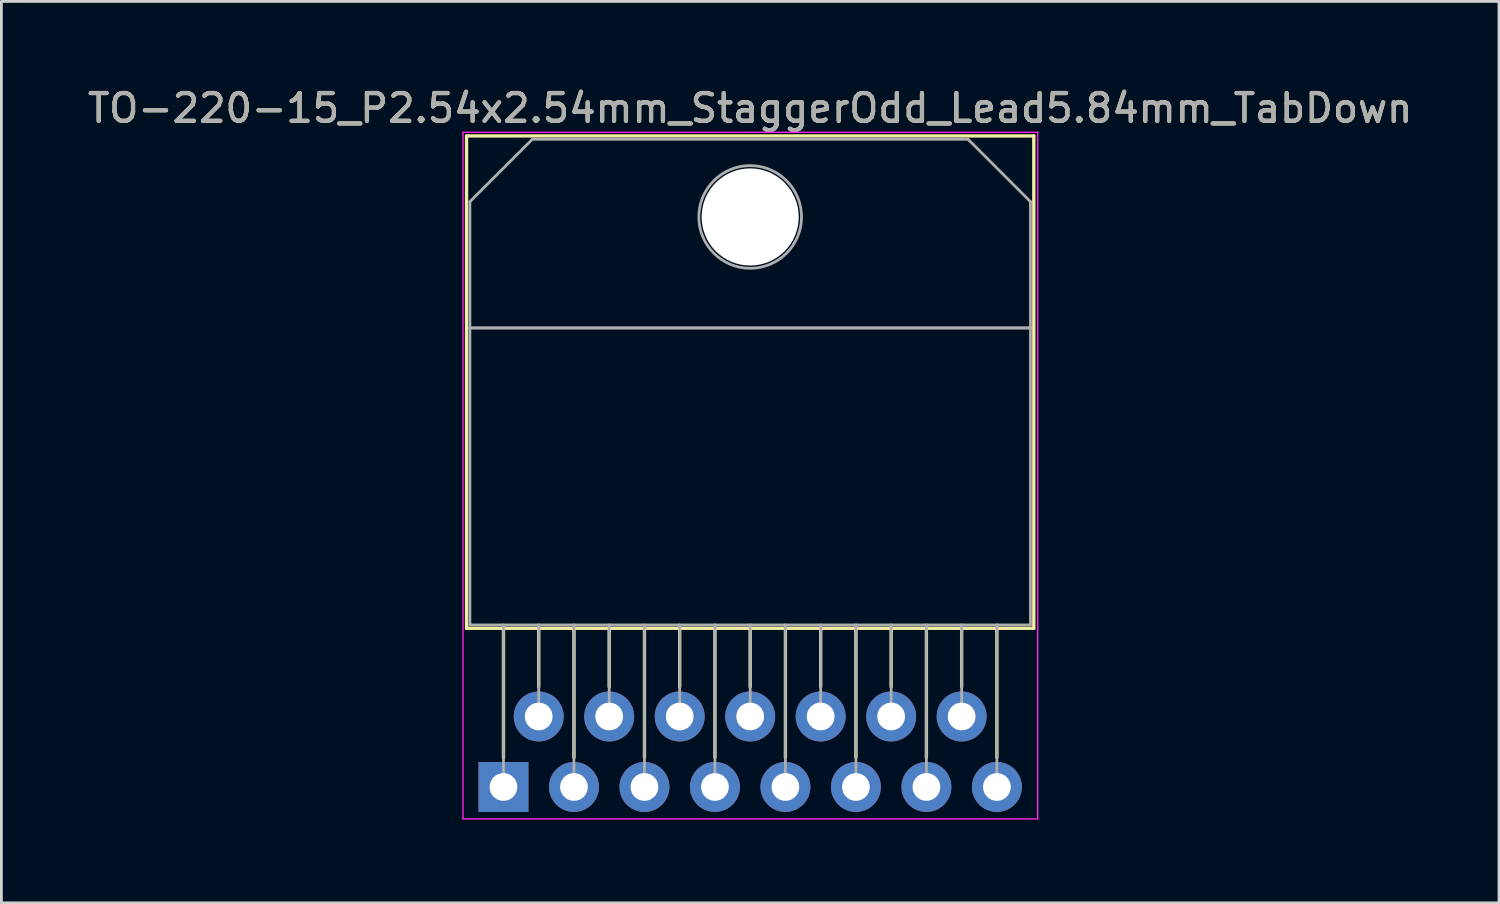
<source format=kicad_pcb>
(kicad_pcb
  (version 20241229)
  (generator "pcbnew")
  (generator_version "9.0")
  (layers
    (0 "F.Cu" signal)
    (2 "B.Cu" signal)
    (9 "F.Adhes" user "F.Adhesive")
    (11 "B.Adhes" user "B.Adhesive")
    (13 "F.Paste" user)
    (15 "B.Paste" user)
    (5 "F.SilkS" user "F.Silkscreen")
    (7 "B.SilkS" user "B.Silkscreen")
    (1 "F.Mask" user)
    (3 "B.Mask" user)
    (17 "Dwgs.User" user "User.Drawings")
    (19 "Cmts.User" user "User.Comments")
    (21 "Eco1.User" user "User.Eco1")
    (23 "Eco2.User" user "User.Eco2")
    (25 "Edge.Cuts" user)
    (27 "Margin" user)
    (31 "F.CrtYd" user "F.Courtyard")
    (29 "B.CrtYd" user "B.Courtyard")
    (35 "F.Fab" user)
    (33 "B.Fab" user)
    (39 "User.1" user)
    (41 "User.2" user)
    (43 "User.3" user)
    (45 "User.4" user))
  (footprint "TO-220-15_P2.54x2.54mm_StaggerOdd_Lead5.84mm_TabDown"
    (layer "F.Cu")
    (at 15.092 25.308)
    (property "Reference" "TO-220-15_P2.54x2.54mm_StaggerOdd_Lead5.84mm_TabDown" (at 8.89 -24.46 0) (layer "F.SilkS") (effects (font (size 1 1) (thickness 0.15))))
    (attr through_hole)
    (fp_line (start -1.33 -23.46) (end -1.33 -5.72) (stroke (width 0.12) (type solid)) (layer "F.SilkS"))
    (fp_line (start -1.33 -23.46) (end 19.11 -23.46) (stroke (width 0.12) (type solid)) (layer "F.SilkS"))
    (fp_line (start -1.33 -5.72) (end 19.11 -5.72) (stroke (width 0.12) (type solid)) (layer "F.SilkS"))
    (fp_line (start 0 -5.72) (end 0 -1.05) (stroke (width 0.12) (type solid)) (layer "F.SilkS"))
    (fp_line (start 1.27 -5.72) (end 1.27 -3.606) (stroke (width 0.12) (type solid)) (layer "F.SilkS"))
    (fp_line (start 2.54 -5.72) (end 2.54 -1.065) (stroke (width 0.12) (type solid)) (layer "F.SilkS"))
    (fp_line (start 3.81 -5.72) (end 3.81 -3.606) (stroke (width 0.12) (type solid)) (layer "F.SilkS"))
    (fp_line (start 5.08 -5.72) (end 5.08 -1.065) (stroke (width 0.12) (type solid)) (layer "F.SilkS"))
    (fp_line (start 6.35 -5.72) (end 6.35 -3.606) (stroke (width 0.12) (type solid)) (layer "F.SilkS"))
    (fp_line (start 7.62 -5.72) (end 7.62 -1.065) (stroke (width 0.12) (type solid)) (layer "F.SilkS"))
    (fp_line (start 8.89 -5.72) (end 8.89 -3.606) (stroke (width 0.12) (type solid)) (layer "F.SilkS"))
    (fp_line (start 10.16 -5.72) (end 10.16 -1.065) (stroke (width 0.12) (type solid)) (layer "F.SilkS"))
    (fp_line (start 11.43 -5.72) (end 11.43 -3.606) (stroke (width 0.12) (type solid)) (layer "F.SilkS"))
    (fp_line (start 12.7 -5.72) (end 12.7 -1.065) (stroke (width 0.12) (type solid)) (layer "F.SilkS"))
    (fp_line (start 13.97 -5.72) (end 13.97 -3.606) (stroke (width 0.12) (type solid)) (layer "F.SilkS"))
    (fp_line (start 15.24 -5.72) (end 15.24 -1.065) (stroke (width 0.12) (type solid)) (layer "F.SilkS"))
    (fp_line (start 16.51 -5.72) (end 16.51 -3.606) (stroke (width 0.12) (type solid)) (layer "F.SilkS"))
    (fp_line (start 17.78 -5.72) (end 17.78 -1.065) (stroke (width 0.12) (type solid)) (layer "F.SilkS"))
    (fp_line (start 19.11 -23.46) (end 19.11 -5.72) (stroke (width 0.12) (type solid)) (layer "F.SilkS"))
    (fp_line (start -1.46 -23.59) (end -1.46 1.15) (stroke (width 0.05) (type solid)) (layer "F.CrtYd"))
    (fp_line (start -1.46 1.15) (end 19.25 1.15) (stroke (width 0.05) (type solid)) (layer "F.CrtYd"))
    (fp_line (start 19.25 -23.59) (end -1.46 -23.59) (stroke (width 0.05) (type solid)) (layer "F.CrtYd"))
    (fp_line (start 19.25 1.15) (end 19.25 -23.59) (stroke (width 0.05) (type solid)) (layer "F.CrtYd"))
    (fp_line (start -1.21 -21.09) (end 1.041 -23.34) (stroke (width 0.1) (type solid)) (layer "F.Fab"))
    (fp_line (start -1.21 -16.54) (end -1.21 -21.09) (stroke (width 0.1) (type solid)) (layer "F.Fab"))
    (fp_line (start -1.21 -16.54) (end 18.99 -16.54) (stroke (width 0.1) (type solid)) (layer "F.Fab"))
    (fp_line (start -1.21 -5.84) (end -1.21 -16.54) (stroke (width 0.1) (type solid)) (layer "F.Fab"))
    (fp_line (start 0 -5.84) (end 0 0) (stroke (width 0.1) (type solid)) (layer "F.Fab"))
    (fp_line (start 1.041 -23.34) (end 16.74 -23.34) (stroke (width 0.1) (type solid)) (layer "F.Fab"))
    (fp_line (start 1.27 -5.84) (end 1.27 -2.54) (stroke (width 0.1) (type solid)) (layer "F.Fab"))
    (fp_line (start 2.54 -5.84) (end 2.54 0) (stroke (width 0.1) (type solid)) (layer "F.Fab"))
    (fp_line (start 3.81 -5.84) (end 3.81 -2.54) (stroke (width 0.1) (type solid)) (layer "F.Fab"))
    (fp_line (start 5.08 -5.84) (end 5.08 0) (stroke (width 0.1) (type solid)) (layer "F.Fab"))
    (fp_line (start 6.35 -5.84) (end 6.35 -2.54) (stroke (width 0.1) (type solid)) (layer "F.Fab"))
    (fp_line (start 7.62 -5.84) (end 7.62 0) (stroke (width 0.1) (type solid)) (layer "F.Fab"))
    (fp_line (start 8.89 -5.84) (end 8.89 -2.54) (stroke (width 0.1) (type solid)) (layer "F.Fab"))
    (fp_line (start 10.16 -5.84) (end 10.16 0) (stroke (width 0.1) (type solid)) (layer "F.Fab"))
    (fp_line (start 11.43 -5.84) (end 11.43 -2.54) (stroke (width 0.1) (type solid)) (layer "F.Fab"))
    (fp_line (start 12.7 -5.84) (end 12.7 0) (stroke (width 0.1) (type solid)) (layer "F.Fab"))
    (fp_line (start 13.97 -5.84) (end 13.97 -2.54) (stroke (width 0.1) (type solid)) (layer "F.Fab"))
    (fp_line (start 15.24 -5.84) (end 15.24 0) (stroke (width 0.1) (type solid)) (layer "F.Fab"))
    (fp_line (start 16.51 -5.84) (end 16.51 -2.54) (stroke (width 0.1) (type solid)) (layer "F.Fab"))
    (fp_line (start 16.74 -23.34) (end 18.99 -21.09) (stroke (width 0.1) (type solid)) (layer "F.Fab"))
    (fp_line (start 17.78 -5.84) (end 17.78 0) (stroke (width 0.1) (type solid)) (layer "F.Fab"))
    (fp_line (start 18.99 -21.09) (end 18.99 -16.54) (stroke (width 0.1) (type solid)) (layer "F.Fab"))
    (fp_line (start 18.99 -16.54) (end -1.21 -16.54) (stroke (width 0.1) (type solid)) (layer "F.Fab"))
    (fp_line (start 18.99 -16.54) (end 18.99 -5.84) (stroke (width 0.1) (type solid)) (layer "F.Fab"))
    (fp_line (start 18.99 -5.84) (end -1.21 -5.84) (stroke (width 0.1) (type solid)) (layer "F.Fab"))
    (fp_circle (center 8.89 -20.54) (end 10.74 -20.54) (stroke (width 0.1) (type solid)) (fill no) (layer "F.Fab"))
    (fp_text user "${REFERENCE}" (at 8.89 -24.46 0) (layer "F.Fab") (effects (font (size 1 1) (thickness 0.15))))
    (pad "" np_thru_hole oval (at 8.89 -20.54) (size 3.5 3.5) (drill 3.5) (layers "*.Cu" "*.Mask"))
    (pad "1" thru_hole rect (at 0 0) (size 1.8 1.8) (drill 1) (layers "*.Cu" "*.Mask"))
    (pad "2" thru_hole oval (at 1.27 -2.54) (size 1.8 1.8) (drill 1) (layers "*.Cu" "*.Mask"))
    (pad "3" thru_hole oval (at 2.54 0) (size 1.8 1.8) (drill 1) (layers "*.Cu" "*.Mask"))
    (pad "4" thru_hole oval (at 3.81 -2.54) (size 1.8 1.8) (drill 1) (layers "*.Cu" "*.Mask"))
    (pad "5" thru_hole oval (at 5.08 0) (size 1.8 1.8) (drill 1) (layers "*.Cu" "*.Mask"))
    (pad "6" thru_hole oval (at 6.35 -2.54) (size 1.8 1.8) (drill 1) (layers "*.Cu" "*.Mask"))
    (pad "7" thru_hole oval (at 7.62 0) (size 1.8 1.8) (drill 1) (layers "*.Cu" "*.Mask"))
    (pad "8" thru_hole oval (at 8.89 -2.54) (size 1.8 1.8) (drill 1) (layers "*.Cu" "*.Mask"))
    (pad "9" thru_hole oval (at 10.16 0) (size 1.8 1.8) (drill 1) (layers "*.Cu" "*.Mask"))
    (pad "10" thru_hole oval (at 11.43 -2.54) (size 1.8 1.8) (drill 1) (layers "*.Cu" "*.Mask"))
    (pad "11" thru_hole oval (at 12.7 0) (size 1.8 1.8) (drill 1) (layers "*.Cu" "*.Mask"))
    (pad "12" thru_hole oval (at 13.97 -2.54) (size 1.8 1.8) (drill 1) (layers "*.Cu" "*.Mask"))
    (pad "13" thru_hole oval (at 15.24 0) (size 1.8 1.8) (drill 1) (layers "*.Cu" "*.Mask"))
    (pad "14" thru_hole oval (at 16.51 -2.54) (size 1.8 1.8) (drill 1) (layers "*.Cu" "*.Mask"))
    (pad "15" thru_hole oval (at 17.78 0) (size 1.8 1.8) (drill 1) (layers "*.Cu" "*.Mask")))
  (gr_rect
    (start -3 -3)
    (end 50.964 29.483)
    (stroke (width 0.1) (type default))
    (fill no)
    (layer "Edge.Cuts")))
</source>
